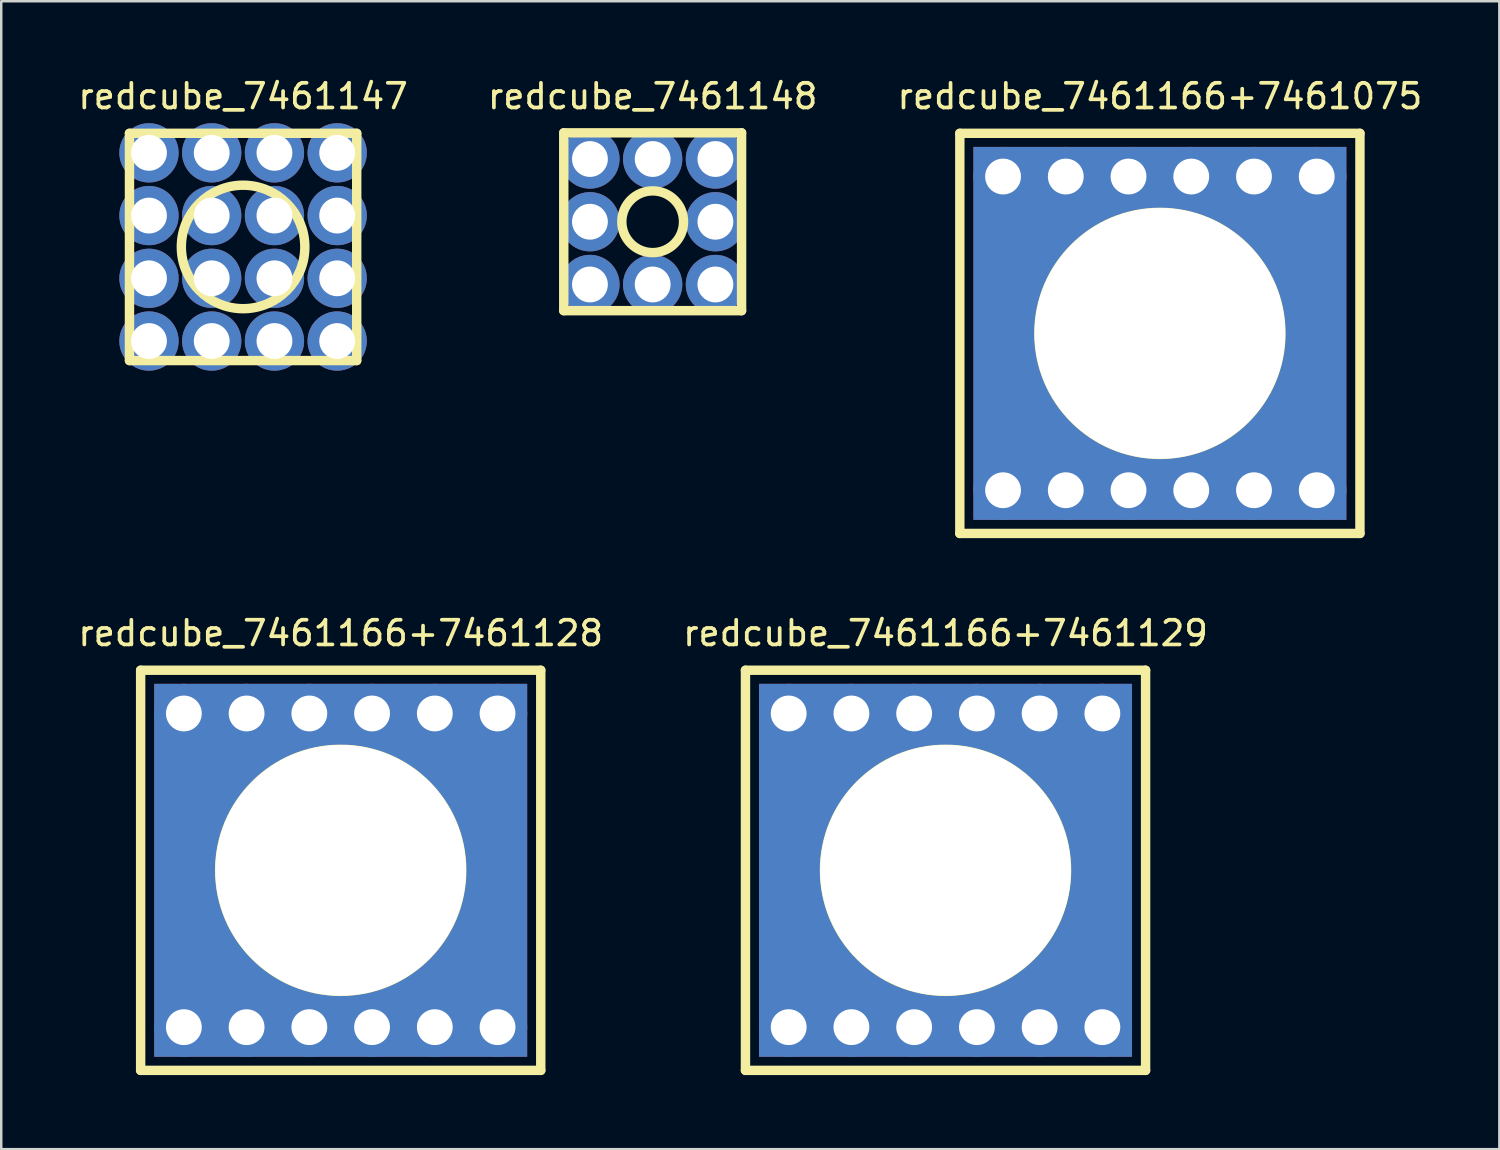
<source format=kicad_pcb>
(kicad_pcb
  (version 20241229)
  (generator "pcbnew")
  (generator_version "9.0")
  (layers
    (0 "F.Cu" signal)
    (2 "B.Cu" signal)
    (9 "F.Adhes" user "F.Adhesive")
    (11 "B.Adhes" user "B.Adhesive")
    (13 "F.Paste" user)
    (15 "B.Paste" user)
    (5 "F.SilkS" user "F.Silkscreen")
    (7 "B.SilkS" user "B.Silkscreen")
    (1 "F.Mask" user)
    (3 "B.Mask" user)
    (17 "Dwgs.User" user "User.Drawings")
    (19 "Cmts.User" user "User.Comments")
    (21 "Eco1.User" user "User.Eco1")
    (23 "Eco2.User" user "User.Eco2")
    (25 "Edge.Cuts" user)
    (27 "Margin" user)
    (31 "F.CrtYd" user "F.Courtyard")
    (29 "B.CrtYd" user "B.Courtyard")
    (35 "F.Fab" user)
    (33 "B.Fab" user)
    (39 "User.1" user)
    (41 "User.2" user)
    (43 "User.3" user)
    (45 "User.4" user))
  (footprint "redcube_7461147"
    (layer "F.Cu")
    (at 6.792 6.948)
    (property "Reference" "redcube_7461147" (at 0 -6.1 0) (layer "F.SilkS") (effects (font (size 1 1) (thickness 0.15))))
    (attr through_hole)
    (fp_line (start -4.6 -4.6) (end 4.6 -4.6) (stroke (width 0.381) (type solid)) (layer "F.SilkS"))
    (fp_line (start -4.6 4.6) (end -4.6 -4.6) (stroke (width 0.381) (type solid)) (layer "F.SilkS"))
    (fp_line (start 4.6 -4.6) (end 4.6 4.6) (stroke (width 0.381) (type solid)) (layer "F.SilkS"))
    (fp_line (start 4.6 4.6) (end -4.6 4.6) (stroke (width 0.381) (type solid)) (layer "F.SilkS"))
    (fp_circle (center 0 0) (end 2.5 0) (stroke (width 0.381) (type solid)) (fill no) (layer "F.SilkS"))
    (pad "1" thru_hole circle (at -3.81 -3.81) (size 2.4 2.4) (drill 1.45) (layers "*.Cu" "*.Mask"))
    (pad "1" thru_hole circle (at -3.81 -1.27) (size 2.4 2.4) (drill 1.45) (layers "*.Cu" "*.Mask"))
    (pad "1" thru_hole circle (at -3.81 1.27) (size 2.4 2.4) (drill 1.45) (layers "*.Cu" "*.Mask"))
    (pad "1" thru_hole circle (at -3.81 3.81) (size 2.4 2.4) (drill 1.45) (layers "*.Cu" "*.Mask"))
    (pad "1" thru_hole circle (at -1.27 -3.81) (size 2.4 2.4) (drill 1.45) (layers "*.Cu" "*.Mask"))
    (pad "1" thru_hole circle (at -1.27 -1.27) (size 2.4 2.4) (drill 1.45) (layers "*.Cu" "*.Mask"))
    (pad "1" thru_hole circle (at -1.27 1.27) (size 2.4 2.4) (drill 1.45) (layers "*.Cu" "*.Mask"))
    (pad "1" thru_hole circle (at -1.27 3.81) (size 2.4 2.4) (drill 1.45) (layers "*.Cu" "*.Mask"))
    (pad "1" thru_hole circle (at 1.27 -3.81) (size 2.4 2.4) (drill 1.45) (layers "*.Cu" "*.Mask"))
    (pad "1" thru_hole circle (at 1.27 -1.27) (size 2.4 2.4) (drill 1.45) (layers "*.Cu" "*.Mask"))
    (pad "1" thru_hole circle (at 1.27 1.27) (size 2.4 2.4) (drill 1.45) (layers "*.Cu" "*.Mask"))
    (pad "1" thru_hole circle (at 1.27 3.81) (size 2.4 2.4) (drill 1.45) (layers "*.Cu" "*.Mask"))
    (pad "1" thru_hole circle (at 3.81 -3.81) (size 2.4 2.4) (drill 1.45) (layers "*.Cu" "*.Mask"))
    (pad "1" thru_hole circle (at 3.81 -1.27) (size 2.4 2.4) (drill 1.45) (layers "*.Cu" "*.Mask"))
    (pad "1" thru_hole circle (at 3.81 1.27) (size 2.4 2.4) (drill 1.45) (layers "*.Cu" "*.Mask"))
    (pad "1" thru_hole circle (at 3.81 3.81) (size 2.4 2.4) (drill 1.45) (layers "*.Cu" "*.Mask")))
  (footprint "redcube_7461148"
    (layer "F.Cu")
    (at 23.375 5.928)
    (property "Reference" "redcube_7461148" (at 0 -5.08 0) (layer "F.SilkS") (effects (font (size 1 1) (thickness 0.15))))
    (attr through_hole)
    (fp_line (start -3.6 -3.6) (end 3.6 -3.6) (stroke (width 0.381) (type solid)) (layer "F.SilkS"))
    (fp_line (start -3.6 3.6) (end -3.6 -3.6) (stroke (width 0.381) (type solid)) (layer "F.SilkS"))
    (fp_line (start 3.6 -3.6) (end 3.6 3.6) (stroke (width 0.381) (type solid)) (layer "F.SilkS"))
    (fp_line (start 3.6 3.6) (end -3.6 3.6) (stroke (width 0.381) (type solid)) (layer "F.SilkS"))
    (fp_circle (center 0 0) (end 1.25 0) (stroke (width 0.381) (type solid)) (fill no) (layer "F.SilkS"))
    (pad "1" thru_hole circle (at -2.54 -2.54) (size 2.4 2.4) (drill 1.45) (layers "*.Cu" "*.Mask"))
    (pad "1" thru_hole circle (at -2.54 0) (size 2.4 2.4) (drill 1.45) (layers "*.Cu" "*.Mask"))
    (pad "1" thru_hole circle (at -2.54 2.54) (size 2.4 2.4) (drill 1.45) (layers "*.Cu" "*.Mask"))
    (pad "1" thru_hole circle (at 0 -2.54) (size 2.4 2.4) (drill 1.45) (layers "*.Cu" "*.Mask"))
    (pad "1" thru_hole circle (at 0 2.54) (size 2.4 2.4) (drill 1.45) (layers "*.Cu" "*.Mask"))
    (pad "1" thru_hole circle (at 2.54 -2.54) (size 2.4 2.4) (drill 1.45) (layers "*.Cu" "*.Mask"))
    (pad "1" thru_hole circle (at 2.54 0) (size 2.4 2.4) (drill 1.45) (layers "*.Cu" "*.Mask"))
    (pad "1" thru_hole circle (at 2.54 2.54) (size 2.4 2.4) (drill 1.45) (layers "*.Cu" "*.Mask")))
  (footprint "redcube_7461166+7461075"
    (layer "F.Cu")
    (at 43.911 10.448)
    (property "Reference" "redcube_7461166+7461075" (at 0 -9.6 0) (layer "F.SilkS") (effects (font (size 1 1) (thickness 0.15))))
    (attr through_hole)
    (fp_line (start -8.1 -8.1) (end 8.1 -8.1) (stroke (width 0.381) (type solid)) (layer "F.SilkS"))
    (fp_line (start -8.1 8.1) (end -8.1 -8.1) (stroke (width 0.381) (type solid)) (layer "F.SilkS"))
    (fp_line (start 8.1 -8.1) (end 8.1 8.1) (stroke (width 0.381) (type solid)) (layer "F.SilkS"))
    (fp_line (start 8.1 8.1) (end -8.1 8.1) (stroke (width 0.381) (type solid)) (layer "F.SilkS"))
    (fp_circle (center 0 0) (end 4.9 0) (stroke (width 0.381) (type solid)) (fill no) (layer "F.SilkS"))
    (pad "1" thru_hole circle (at -6.35 -6.35) (size 2.4 2.4) (drill 1.45) (layers "*.Cu" "*.Mask"))
    (pad "1" thru_hole circle (at -6.35 6.35) (size 2.4 2.4) (drill 1.45) (layers "*.Cu" "*.Mask"))
    (pad "1" thru_hole circle (at -3.81 -6.35) (size 2.4 2.4) (drill 1.45) (layers "*.Cu" "*.Mask"))
    (pad "1" thru_hole circle (at -3.81 6.35) (size 2.4 2.4) (drill 1.45) (layers "*.Cu" "*.Mask"))
    (pad "1" thru_hole circle (at -1.27 -6.35) (size 2.4 2.4) (drill 1.45) (layers "*.Cu" "*.Mask"))
    (pad "1" thru_hole circle (at -1.27 6.35) (size 2.4 2.4) (drill 1.45) (layers "*.Cu" "*.Mask"))
    (pad "1" thru_hole rect (at 0 0) (size 15.1 15.1) (drill 10.15) (layers "*.Cu" "*.Mask"))
    (pad "1" thru_hole circle (at 1.27 -6.35) (size 2.4 2.4) (drill 1.45) (layers "*.Cu" "*.Mask"))
    (pad "1" thru_hole circle (at 1.27 6.35) (size 2.4 2.4) (drill 1.45) (layers "*.Cu" "*.Mask"))
    (pad "1" thru_hole circle (at 3.81 -6.35) (size 2.4 2.4) (drill 1.45) (layers "*.Cu" "*.Mask"))
    (pad "1" thru_hole circle (at 3.81 6.35) (size 2.4 2.4) (drill 1.45) (layers "*.Cu" "*.Mask"))
    (pad "1" thru_hole circle (at 6.35 -6.35) (size 2.4 2.4) (drill 1.45) (layers "*.Cu" "*.Mask"))
    (pad "1" thru_hole circle (at 6.35 6.35) (size 2.4 2.4) (drill 1.45) (layers "*.Cu" "*.Mask")))
  (footprint "redcube_7461166+7461129"
    (layer "F.Cu")
    (at 35.232 32.187)
    (property "Reference" "redcube_7461166+7461129" (at 0 -9.6 0) (layer "F.SilkS") (effects (font (size 1 1) (thickness 0.15))))
    (attr through_hole)
    (fp_line (start -8.1 -8.1) (end 8.1 -8.1) (stroke (width 0.381) (type solid)) (layer "F.SilkS"))
    (fp_line (start -8.1 8.1) (end -8.1 -8.1) (stroke (width 0.381) (type solid)) (layer "F.SilkS"))
    (fp_line (start 8.1 -8.1) (end 8.1 8.1) (stroke (width 0.381) (type solid)) (layer "F.SilkS"))
    (fp_line (start 8.1 8.1) (end -8.1 8.1) (stroke (width 0.381) (type solid)) (layer "F.SilkS"))
    (fp_circle (center 0 0) (end 4.9 0) (stroke (width 0.381) (type solid)) (fill no) (layer "F.SilkS"))
    (pad "1" thru_hole circle (at -6.35 -6.35) (size 2.4 2.4) (drill 1.45) (layers "*.Cu" "*.Mask"))
    (pad "1" thru_hole circle (at -6.35 6.35) (size 2.4 2.4) (drill 1.45) (layers "*.Cu" "*.Mask"))
    (pad "1" thru_hole circle (at -3.81 -6.35) (size 2.4 2.4) (drill 1.45) (layers "*.Cu" "*.Mask"))
    (pad "1" thru_hole circle (at -3.81 6.35) (size 2.4 2.4) (drill 1.45) (layers "*.Cu" "*.Mask"))
    (pad "1" thru_hole circle (at -1.27 -6.35) (size 2.4 2.4) (drill 1.45) (layers "*.Cu" "*.Mask"))
    (pad "1" thru_hole circle (at -1.27 6.35) (size 2.4 2.4) (drill 1.45) (layers "*.Cu" "*.Mask"))
    (pad "1" thru_hole rect (at 0 0) (size 15.1 15.1) (drill 10.15) (layers "*.Cu" "*.Mask"))
    (pad "1" thru_hole circle (at 1.27 -6.35) (size 2.4 2.4) (drill 1.45) (layers "*.Cu" "*.Mask"))
    (pad "1" thru_hole circle (at 1.27 6.35) (size 2.4 2.4) (drill 1.45) (layers "*.Cu" "*.Mask"))
    (pad "1" thru_hole circle (at 3.81 -6.35) (size 2.4 2.4) (drill 1.45) (layers "*.Cu" "*.Mask"))
    (pad "1" thru_hole circle (at 3.81 6.35) (size 2.4 2.4) (drill 1.45) (layers "*.Cu" "*.Mask"))
    (pad "1" thru_hole circle (at 6.35 -6.35) (size 2.4 2.4) (drill 1.45) (layers "*.Cu" "*.Mask"))
    (pad "1" thru_hole circle (at 6.35 6.35) (size 2.4 2.4) (drill 1.45) (layers "*.Cu" "*.Mask")))
  (footprint "redcube_7461166+7461128"
    (layer "F.Cu")
    (at 10.744 32.187)
    (property "Reference" "redcube_7461166+7461128" (at 0 -9.6 0) (layer "F.SilkS") (effects (font (size 1 1) (thickness 0.15))))
    (attr through_hole)
    (fp_line (start -8.1 -8.1) (end 8.1 -8.1) (stroke (width 0.381) (type solid)) (layer "F.SilkS"))
    (fp_line (start -8.1 8.1) (end -8.1 -8.1) (stroke (width 0.381) (type solid)) (layer "F.SilkS"))
    (fp_line (start 8.1 -8.1) (end 8.1 8.1) (stroke (width 0.381) (type solid)) (layer "F.SilkS"))
    (fp_line (start 8.1 8.1) (end -8.1 8.1) (stroke (width 0.381) (type solid)) (layer "F.SilkS"))
    (fp_circle (center 0 0) (end 4.9 0) (stroke (width 0.381) (type solid)) (fill no) (layer "F.SilkS"))
    (pad "1" thru_hole circle (at -6.35 -6.35) (size 2.4 2.4) (drill 1.45) (layers "*.Cu" "*.Mask"))
    (pad "1" thru_hole circle (at -6.35 6.35) (size 2.4 2.4) (drill 1.45) (layers "*.Cu" "*.Mask"))
    (pad "1" thru_hole circle (at -3.81 -6.35) (size 2.4 2.4) (drill 1.45) (layers "*.Cu" "*.Mask"))
    (pad "1" thru_hole circle (at -3.81 6.35) (size 2.4 2.4) (drill 1.45) (layers "*.Cu" "*.Mask"))
    (pad "1" thru_hole circle (at -1.27 -6.35) (size 2.4 2.4) (drill 1.45) (layers "*.Cu" "*.Mask"))
    (pad "1" thru_hole circle (at -1.27 6.35) (size 2.4 2.4) (drill 1.45) (layers "*.Cu" "*.Mask"))
    (pad "1" thru_hole rect (at 0 0) (size 15.1 15.1) (drill 10.15) (layers "*.Cu" "*.Mask"))
    (pad "1" thru_hole circle (at 1.27 -6.35) (size 2.4 2.4) (drill 1.45) (layers "*.Cu" "*.Mask"))
    (pad "1" thru_hole circle (at 1.27 6.35) (size 2.4 2.4) (drill 1.45) (layers "*.Cu" "*.Mask"))
    (pad "1" thru_hole circle (at 3.81 -6.35) (size 2.4 2.4) (drill 1.45) (layers "*.Cu" "*.Mask"))
    (pad "1" thru_hole circle (at 3.81 6.35) (size 2.4 2.4) (drill 1.45) (layers "*.Cu" "*.Mask"))
    (pad "1" thru_hole circle (at 6.35 -6.35) (size 2.4 2.4) (drill 1.45) (layers "*.Cu" "*.Mask"))
    (pad "1" thru_hole circle (at 6.35 6.35) (size 2.4 2.4) (drill 1.45) (layers "*.Cu" "*.Mask")))
  (gr_rect
    (start -3 -3)
    (end 57.655 43.477)
    (stroke (width 0.1) (type default))
    (fill no)
    (layer "Edge.Cuts")))
</source>
